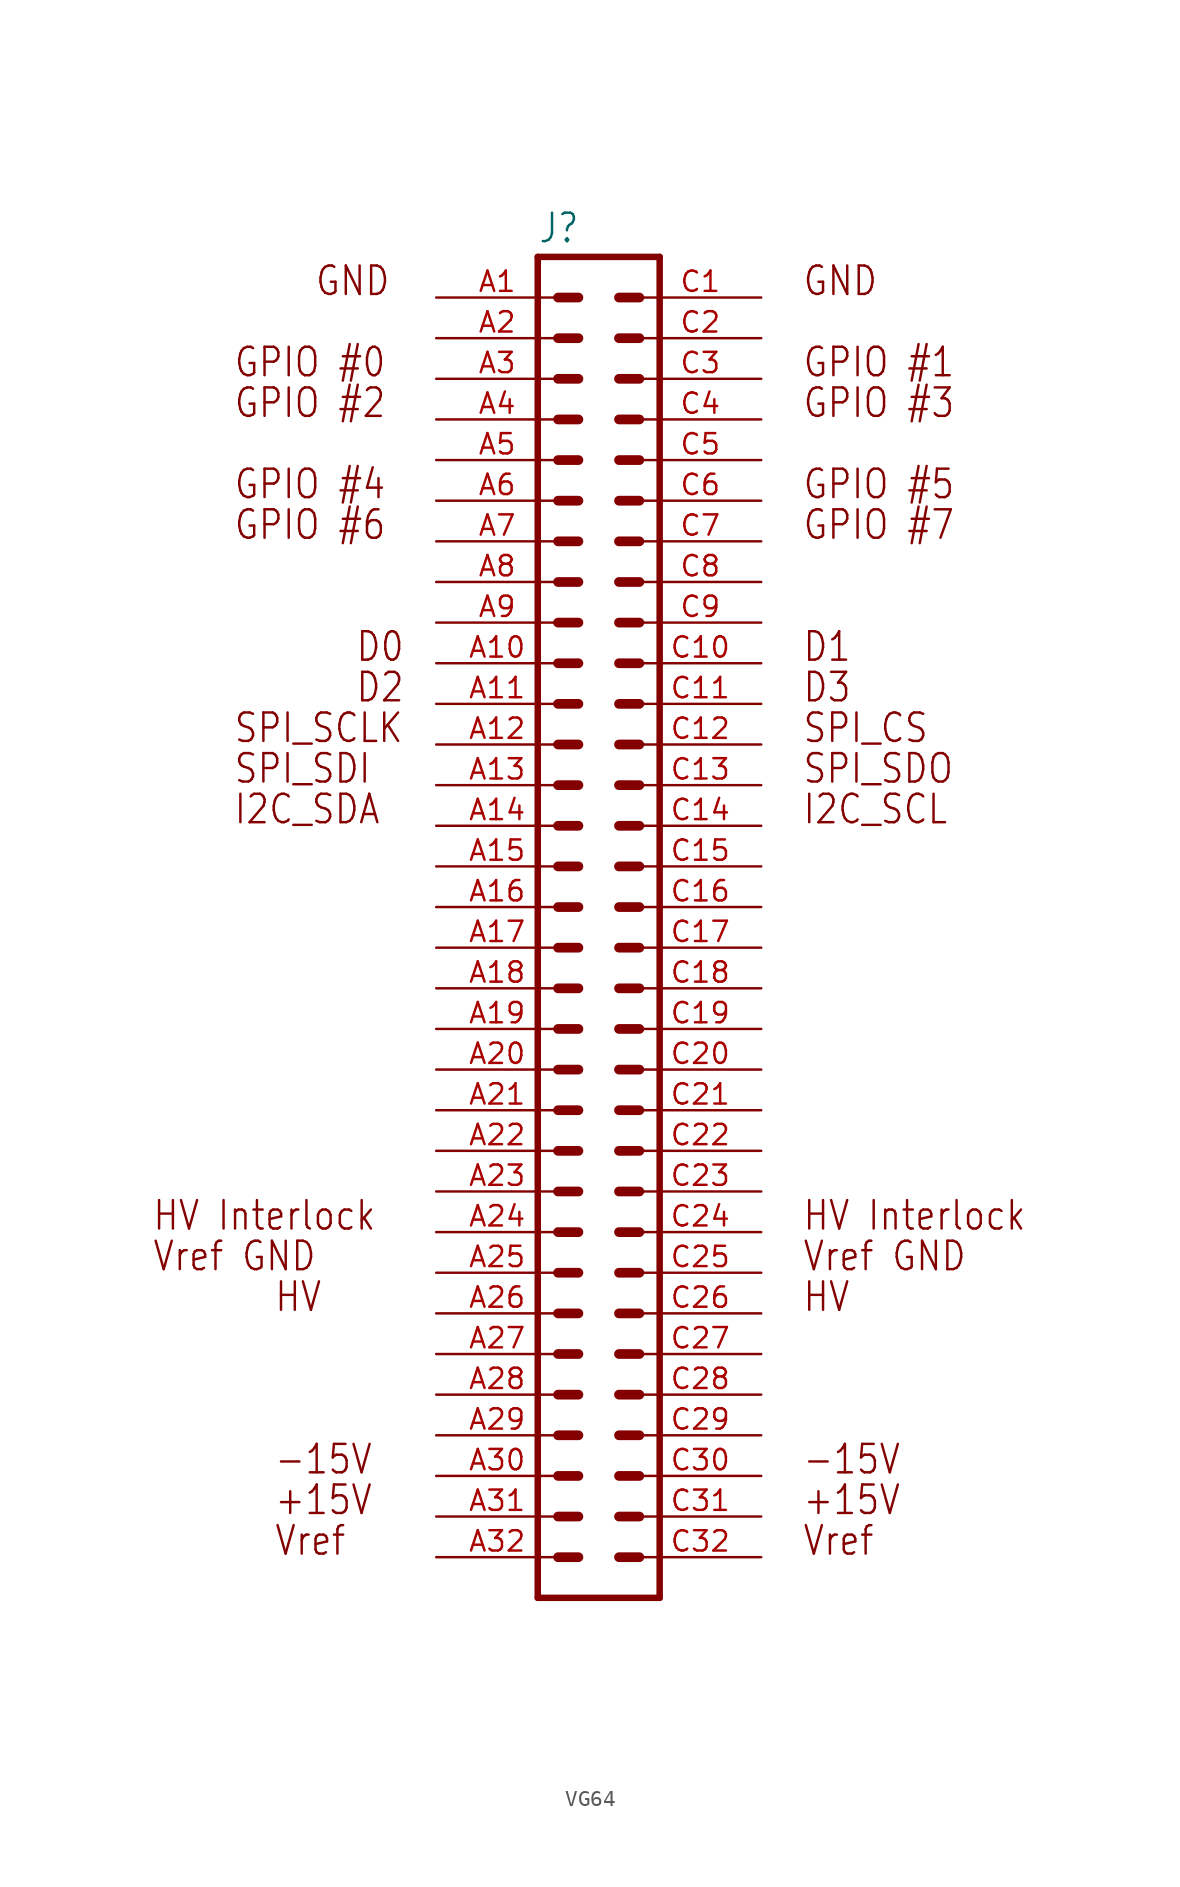
<source format=kicad_sym>
(kicad_symbol_lib
  (version 20231120)
  (generator "kicad_symbol_editor")
  (generator_version "8.0")
  (symbol "VG64"
    (property "Reference" "J"
      (at -3.81 41.402 0)
      (effects (font (size 1.778 1.511)) (justify left bottom)))
    (property "Value" ""
      (at -3.81 -45.72 0)
      (effects (font (size 1.778 1.511)) (justify left bottom)))
    (property "ki_locked" ""
      (at 0 0 0)
      (effects (font (size 1.27 1.27))))
    (symbol "VG64_1_0"
      (polyline (pts (xy -3.81 40.64) (xy -3.81 -43.18)) (stroke (width 0.406) (type solid)) (fill (type none)))
      (polyline (pts (xy -3.81 40.64) (xy 3.81 40.64)) (stroke (width 0.406) (type solid)) (fill (type none)))
      (polyline (pts (xy -2.54 -40.64) (xy -1.27 -40.64)) (stroke (width 0.61) (type solid)) (fill (type none)))
      (polyline (pts (xy -2.54 -38.1) (xy -1.27 -38.1)) (stroke (width 0.61) (type solid)) (fill (type none)))
      (polyline (pts (xy -2.54 -35.56) (xy -1.27 -35.56)) (stroke (width 0.61) (type solid)) (fill (type none)))
      (polyline (pts (xy -2.54 -33.02) (xy -1.27 -33.02)) (stroke (width 0.61) (type solid)) (fill (type none)))
      (polyline (pts (xy -2.54 -30.48) (xy -1.27 -30.48)) (stroke (width 0.61) (type solid)) (fill (type none)))
      (polyline (pts (xy -2.54 -27.94) (xy -1.27 -27.94)) (stroke (width 0.61) (type solid)) (fill (type none)))
      (polyline (pts (xy -2.54 -25.4) (xy -1.27 -25.4)) (stroke (width 0.61) (type solid)) (fill (type none)))
      (polyline (pts (xy -2.54 -22.86) (xy -1.27 -22.86)) (stroke (width 0.61) (type solid)) (fill (type none)))
      (polyline (pts (xy -2.54 -20.32) (xy -1.27 -20.32)) (stroke (width 0.61) (type solid)) (fill (type none)))
      (polyline (pts (xy -2.54 -17.78) (xy -1.27 -17.78)) (stroke (width 0.61) (type solid)) (fill (type none)))
      (polyline (pts (xy -2.54 -15.24) (xy -1.27 -15.24)) (stroke (width 0.61) (type solid)) (fill (type none)))
      (polyline (pts (xy -2.54 -12.7) (xy -1.27 -12.7)) (stroke (width 0.61) (type solid)) (fill (type none)))
      (polyline (pts (xy -2.54 -10.16) (xy -1.27 -10.16)) (stroke (width 0.61) (type solid)) (fill (type none)))
      (polyline (pts (xy -2.54 -7.62) (xy -1.27 -7.62)) (stroke (width 0.61) (type solid)) (fill (type none)))
      (polyline (pts (xy -2.54 -5.08) (xy -1.27 -5.08)) (stroke (width 0.61) (type solid)) (fill (type none)))
      (polyline (pts (xy -2.54 -2.54) (xy -1.27 -2.54)) (stroke (width 0.61) (type solid)) (fill (type none)))
      (polyline (pts (xy -2.54 0) (xy -1.27 0)) (stroke (width 0.61) (type solid)) (fill (type none)))
      (polyline (pts (xy -2.54 2.54) (xy -1.27 2.54)) (stroke (width 0.61) (type solid)) (fill (type none)))
      (polyline (pts (xy -2.54 5.08) (xy -1.27 5.08)) (stroke (width 0.61) (type solid)) (fill (type none)))
      (polyline (pts (xy -2.54 7.62) (xy -1.27 7.62)) (stroke (width 0.61) (type solid)) (fill (type none)))
      (polyline (pts (xy -2.54 10.16) (xy -1.27 10.16)) (stroke (width 0.61) (type solid)) (fill (type none)))
      (polyline (pts (xy -2.54 12.7) (xy -1.27 12.7)) (stroke (width 0.61) (type solid)) (fill (type none)))
      (polyline (pts (xy -2.54 15.24) (xy -1.27 15.24)) (stroke (width 0.61) (type solid)) (fill (type none)))
      (polyline (pts (xy -2.54 17.78) (xy -1.27 17.78)) (stroke (width 0.61) (type solid)) (fill (type none)))
      (polyline (pts (xy -2.54 20.32) (xy -1.27 20.32)) (stroke (width 0.61) (type solid)) (fill (type none)))
      (polyline (pts (xy -2.54 22.86) (xy -1.27 22.86)) (stroke (width 0.61) (type solid)) (fill (type none)))
      (polyline (pts (xy -2.54 25.4) (xy -1.27 25.4)) (stroke (width 0.61) (type solid)) (fill (type none)))
      (polyline (pts (xy -2.54 27.94) (xy -1.27 27.94)) (stroke (width 0.61) (type solid)) (fill (type none)))
      (polyline (pts (xy -2.54 30.48) (xy -1.27 30.48)) (stroke (width 0.61) (type solid)) (fill (type none)))
      (polyline (pts (xy -2.54 33.02) (xy -1.27 33.02)) (stroke (width 0.61) (type solid)) (fill (type none)))
      (polyline (pts (xy -2.54 35.56) (xy -1.27 35.56)) (stroke (width 0.61) (type solid)) (fill (type none)))
      (polyline (pts (xy -2.54 38.1) (xy -1.27 38.1)) (stroke (width 0.61) (type solid)) (fill (type none)))
      (polyline (pts (xy 1.27 -40.64) (xy 2.54 -40.64)) (stroke (width 0.61) (type solid)) (fill (type none)))
      (polyline (pts (xy 1.27 -38.1) (xy 2.54 -38.1)) (stroke (width 0.61) (type solid)) (fill (type none)))
      (polyline (pts (xy 1.27 -35.56) (xy 2.54 -35.56)) (stroke (width 0.61) (type solid)) (fill (type none)))
      (polyline (pts (xy 1.27 -33.02) (xy 2.54 -33.02)) (stroke (width 0.61) (type solid)) (fill (type none)))
      (polyline (pts (xy 1.27 -30.48) (xy 2.54 -30.48)) (stroke (width 0.61) (type solid)) (fill (type none)))
      (polyline (pts (xy 1.27 -27.94) (xy 2.54 -27.94)) (stroke (width 0.61) (type solid)) (fill (type none)))
      (polyline (pts (xy 1.27 -25.4) (xy 2.54 -25.4)) (stroke (width 0.61) (type solid)) (fill (type none)))
      (polyline (pts (xy 1.27 -22.86) (xy 2.54 -22.86)) (stroke (width 0.61) (type solid)) (fill (type none)))
      (polyline (pts (xy 1.27 -20.32) (xy 2.54 -20.32)) (stroke (width 0.61) (type solid)) (fill (type none)))
      (polyline (pts (xy 1.27 -17.78) (xy 2.54 -17.78)) (stroke (width 0.61) (type solid)) (fill (type none)))
      (polyline (pts (xy 1.27 -15.24) (xy 2.54 -15.24)) (stroke (width 0.61) (type solid)) (fill (type none)))
      (polyline (pts (xy 1.27 -12.7) (xy 2.54 -12.7)) (stroke (width 0.61) (type solid)) (fill (type none)))
      (polyline (pts (xy 1.27 -10.16) (xy 2.54 -10.16)) (stroke (width 0.61) (type solid)) (fill (type none)))
      (polyline (pts (xy 1.27 -7.62) (xy 2.54 -7.62)) (stroke (width 0.61) (type solid)) (fill (type none)))
      (polyline (pts (xy 1.27 -5.08) (xy 2.54 -5.08)) (stroke (width 0.61) (type solid)) (fill (type none)))
      (polyline (pts (xy 1.27 -2.54) (xy 2.54 -2.54)) (stroke (width 0.61) (type solid)) (fill (type none)))
      (polyline (pts (xy 1.27 0) (xy 2.54 0)) (stroke (width 0.61) (type solid)) (fill (type none)))
      (polyline (pts (xy 1.27 2.54) (xy 2.54 2.54)) (stroke (width 0.61) (type solid)) (fill (type none)))
      (polyline (pts (xy 1.27 5.08) (xy 2.54 5.08)) (stroke (width 0.61) (type solid)) (fill (type none)))
      (polyline (pts (xy 1.27 7.62) (xy 2.54 7.62)) (stroke (width 0.61) (type solid)) (fill (type none)))
      (polyline (pts (xy 1.27 10.16) (xy 2.54 10.16)) (stroke (width 0.61) (type solid)) (fill (type none)))
      (polyline (pts (xy 1.27 12.7) (xy 2.54 12.7)) (stroke (width 0.61) (type solid)) (fill (type none)))
      (polyline (pts (xy 1.27 15.24) (xy 2.54 15.24)) (stroke (width 0.61) (type solid)) (fill (type none)))
      (polyline (pts (xy 1.27 17.78) (xy 2.54 17.78)) (stroke (width 0.61) (type solid)) (fill (type none)))
      (polyline (pts (xy 1.27 20.32) (xy 2.54 20.32)) (stroke (width 0.61) (type solid)) (fill (type none)))
      (polyline (pts (xy 1.27 22.86) (xy 2.54 22.86)) (stroke (width 0.61) (type solid)) (fill (type none)))
      (polyline (pts (xy 1.27 25.4) (xy 2.54 25.4)) (stroke (width 0.61) (type solid)) (fill (type none)))
      (polyline (pts (xy 1.27 27.94) (xy 2.54 27.94)) (stroke (width 0.61) (type solid)) (fill (type none)))
      (polyline (pts (xy 1.27 30.48) (xy 2.54 30.48)) (stroke (width 0.61) (type solid)) (fill (type none)))
      (polyline (pts (xy 1.27 33.02) (xy 2.54 33.02)) (stroke (width 0.61) (type solid)) (fill (type none)))
      (polyline (pts (xy 1.27 35.56) (xy 2.54 35.56)) (stroke (width 0.61) (type solid)) (fill (type none)))
      (polyline (pts (xy 1.27 38.1) (xy 2.54 38.1)) (stroke (width 0.61) (type solid)) (fill (type none)))
      (polyline (pts (xy 3.81 -43.18) (xy -3.81 -43.18)) (stroke (width 0.406) (type solid)) (fill (type none)))
      (polyline (pts (xy 3.81 -43.18) (xy 3.81 40.64)) (stroke (width 0.406) (type solid)) (fill (type none)))
      (text "+15V" (at -20.32 -38.1 0) (effects (font (size 1.778 1.511)) (justify left bottom)))
      (text "+15V" (at 12.7 -38.1 0) (effects (font (size 1.778 1.511)) (justify left bottom)))
      (text "-15V" (at -20.32 -35.56 0) (effects (font (size 1.778 1.511)) (justify left bottom)))
      (text "-15V" (at 12.7 -35.56 0) (effects (font (size 1.778 1.511)) (justify left bottom)))
      (text "D0" (at -15.24 15.24 0) (effects (font (size 1.778 1.511)) (justify left bottom)))
      (text "D1" (at 12.7 15.24 0) (effects (font (size 1.778 1.511)) (justify left bottom)))
      (text "D2" (at -15.24 12.7 0) (effects (font (size 1.778 1.511)) (justify left bottom)))
      (text "D3" (at 12.7 12.7 0) (effects (font (size 1.778 1.511)) (justify left bottom)))
      (text "GND" (at -17.78 38.1 0) (effects (font (size 1.778 1.511)) (justify left bottom)))
      (text "GND" (at 12.7 38.1 0) (effects (font (size 1.778 1.511)) (justify left bottom)))
      (text "GPIO #0" (at -22.86 33.02 0) (effects (font (size 1.778 1.511)) (justify left bottom)))
      (text "GPIO #1" (at 12.7 33.02 0) (effects (font (size 1.778 1.511)) (justify left bottom)))
      (text "GPIO #2" (at -22.86 30.48 0) (effects (font (size 1.778 1.511)) (justify left bottom)))
      (text "GPIO #3" (at 12.7 30.48 0) (effects (font (size 1.778 1.511)) (justify left bottom)))
      (text "GPIO #4" (at -22.86 25.4 0) (effects (font (size 1.778 1.511)) (justify left bottom)))
      (text "GPIO #5" (at 12.7 25.4 0) (effects (font (size 1.778 1.511)) (justify left bottom)))
      (text "GPIO #6" (at -22.86 22.86 0) (effects (font (size 1.778 1.511)) (justify left bottom)))
      (text "GPIO #7" (at 12.7 22.86 0) (effects (font (size 1.778 1.511)) (justify left bottom)))
      (text "HV" (at -20.32 -25.4 0) (effects (font (size 1.778 1.511)) (justify left bottom)))
      (text "HV" (at 12.7 -25.4 0) (effects (font (size 1.778 1.511)) (justify left bottom)))
      (text "HV Interlock" (at -27.94 -20.32 0) (effects (font (size 1.778 1.511)) (justify left bottom)))
      (text "HV Interlock" (at 12.7 -20.32 0) (effects (font (size 1.778 1.511)) (justify left bottom)))
      (text "I2C_SCL" (at 12.7 5.08 0) (effects (font (size 1.778 1.511)) (justify left bottom)))
      (text "I2C_SDA" (at -22.86 5.08 0) (effects (font (size 1.778 1.511)) (justify left bottom)))
      (text "SPI_CS" (at 12.7 10.16 0) (effects (font (size 1.778 1.511)) (justify left bottom)))
      (text "SPI_SCLK" (at -22.86 10.16 0) (effects (font (size 1.778 1.511)) (justify left bottom)))
      (text "SPI_SDI" (at -22.86 7.62 0) (effects (font (size 1.778 1.511)) (justify left bottom)))
      (text "SPI_SDO" (at 12.7 7.62 0) (effects (font (size 1.778 1.511)) (justify left bottom)))
      (text "Vref" (at -20.32 -40.64 0) (effects (font (size 1.778 1.511)) (justify left bottom)))
      (text "Vref" (at 12.7 -40.64 0) (effects (font (size 1.778 1.511)) (justify left bottom)))
      (text "Vref GND" (at -27.94 -22.86 0) (effects (font (size 1.778 1.511)) (justify left bottom)))
      (text "Vref GND" (at 12.7 -22.86 0) (effects (font (size 1.778 1.511)) (justify left bottom)))
      (pin passive line (at -10.16 38.1 0) (length 7.62) (name "A1" (effects (font (size 0 0)))) (number "A1" (effects (font (size 1.27 1.27)))))
      (pin passive line (at -10.16 15.24 0) (length 7.62) (name "A10" (effects (font (size 0 0)))) (number "A10" (effects (font (size 1.27 1.27)))))
      (pin passive line (at -10.16 12.7 0) (length 7.62) (name "A11" (effects (font (size 0 0)))) (number "A11" (effects (font (size 1.27 1.27)))))
      (pin passive line (at -10.16 10.16 0) (length 7.62) (name "A12" (effects (font (size 0 0)))) (number "A12" (effects (font (size 1.27 1.27)))))
      (pin passive line (at -10.16 7.62 0) (length 7.62) (name "A13" (effects (font (size 0 0)))) (number "A13" (effects (font (size 1.27 1.27)))))
      (pin passive line (at -10.16 5.08 0) (length 7.62) (name "A14" (effects (font (size 0 0)))) (number "A14" (effects (font (size 1.27 1.27)))))
      (pin passive line (at -10.16 2.54 0) (length 7.62) (name "A15" (effects (font (size 0 0)))) (number "A15" (effects (font (size 1.27 1.27)))))
      (pin passive line (at -10.16 0 0) (length 7.62) (name "A16" (effects (font (size 0 0)))) (number "A16" (effects (font (size 1.27 1.27)))))
      (pin passive line (at -10.16 -2.54 0) (length 7.62) (name "A17" (effects (font (size 0 0)))) (number "A17" (effects (font (size 1.27 1.27)))))
      (pin passive line (at -10.16 -5.08 0) (length 7.62) (name "A18" (effects (font (size 0 0)))) (number "A18" (effects (font (size 1.27 1.27)))))
      (pin passive line (at -10.16 -7.62 0) (length 7.62) (name "A19" (effects (font (size 0 0)))) (number "A19" (effects (font (size 1.27 1.27)))))
      (pin passive line (at -10.16 35.56 0) (length 7.62) (name "A2" (effects (font (size 0 0)))) (number "A2" (effects (font (size 1.27 1.27)))))
      (pin passive line (at -10.16 -10.16 0) (length 7.62) (name "A20" (effects (font (size 0 0)))) (number "A20" (effects (font (size 1.27 1.27)))))
      (pin passive line (at -10.16 -12.7 0) (length 7.62) (name "A21" (effects (font (size 0 0)))) (number "A21" (effects (font (size 1.27 1.27)))))
      (pin passive line (at -10.16 -15.24 0) (length 7.62) (name "A22" (effects (font (size 0 0)))) (number "A22" (effects (font (size 1.27 1.27)))))
      (pin passive line (at -10.16 -17.78 0) (length 7.62) (name "A23" (effects (font (size 0 0)))) (number "A23" (effects (font (size 1.27 1.27)))))
      (pin passive line (at -10.16 -20.32 0) (length 7.62) (name "A24" (effects (font (size 0 0)))) (number "A24" (effects (font (size 1.27 1.27)))))
      (pin passive line (at -10.16 -22.86 0) (length 7.62) (name "A25" (effects (font (size 0 0)))) (number "A25" (effects (font (size 1.27 1.27)))))
      (pin passive line (at -10.16 -25.4 0) (length 7.62) (name "A26" (effects (font (size 0 0)))) (number "A26" (effects (font (size 1.27 1.27)))))
      (pin passive line (at -10.16 -27.94 0) (length 7.62) (name "A27" (effects (font (size 0 0)))) (number "A27" (effects (font (size 1.27 1.27)))))
      (pin passive line (at -10.16 -30.48 0) (length 7.62) (name "A28" (effects (font (size 0 0)))) (number "A28" (effects (font (size 1.27 1.27)))))
      (pin passive line (at -10.16 -33.02 0) (length 7.62) (name "A29" (effects (font (size 0 0)))) (number "A29" (effects (font (size 1.27 1.27)))))
      (pin passive line (at -10.16 33.02 0) (length 7.62) (name "A3" (effects (font (size 0 0)))) (number "A3" (effects (font (size 1.27 1.27)))))
      (pin passive line (at -10.16 -35.56 0) (length 7.62) (name "A30" (effects (font (size 0 0)))) (number "A30" (effects (font (size 1.27 1.27)))))
      (pin passive line (at -10.16 -38.1 0) (length 7.62) (name "A31" (effects (font (size 0 0)))) (number "A31" (effects (font (size 1.27 1.27)))))
      (pin passive line (at -10.16 -40.64 0) (length 7.62) (name "A32" (effects (font (size 0 0)))) (number "A32" (effects (font (size 1.27 1.27)))))
      (pin passive line (at -10.16 30.48 0) (length 7.62) (name "A4" (effects (font (size 0 0)))) (number "A4" (effects (font (size 1.27 1.27)))))
      (pin passive line (at -10.16 27.94 0) (length 7.62) (name "A5" (effects (font (size 0 0)))) (number "A5" (effects (font (size 1.27 1.27)))))
      (pin passive line (at -10.16 25.4 0) (length 7.62) (name "A6" (effects (font (size 0 0)))) (number "A6" (effects (font (size 1.27 1.27)))))
      (pin passive line (at -10.16 22.86 0) (length 7.62) (name "A7" (effects (font (size 0 0)))) (number "A7" (effects (font (size 1.27 1.27)))))
      (pin passive line (at -10.16 20.32 0) (length 7.62) (name "A8" (effects (font (size 0 0)))) (number "A8" (effects (font (size 1.27 1.27)))))
      (pin passive line (at -10.16 17.78 0) (length 7.62) (name "A9" (effects (font (size 0 0)))) (number "A9" (effects (font (size 1.27 1.27)))))
      (pin passive line (at 10.16 38.1 180) (length 7.62) (name "C1" (effects (font (size 0 0)))) (number "C1" (effects (font (size 1.27 1.27)))))
      (pin passive line (at 10.16 15.24 180) (length 7.62) (name "C10" (effects (font (size 0 0)))) (number "C10" (effects (font (size 1.27 1.27)))))
      (pin passive line (at 10.16 12.7 180) (length 7.62) (name "C11" (effects (font (size 0 0)))) (number "C11" (effects (font (size 1.27 1.27)))))
      (pin passive line (at 10.16 10.16 180) (length 7.62) (name "C12" (effects (font (size 0 0)))) (number "C12" (effects (font (size 1.27 1.27)))))
      (pin passive line (at 10.16 7.62 180) (length 7.62) (name "C13" (effects (font (size 0 0)))) (number "C13" (effects (font (size 1.27 1.27)))))
      (pin passive line (at 10.16 5.08 180) (length 7.62) (name "C14" (effects (font (size 0 0)))) (number "C14" (effects (font (size 1.27 1.27)))))
      (pin passive line (at 10.16 2.54 180) (length 7.62) (name "C15" (effects (font (size 0 0)))) (number "C15" (effects (font (size 1.27 1.27)))))
      (pin passive line (at 10.16 0 180) (length 7.62) (name "C16" (effects (font (size 0 0)))) (number "C16" (effects (font (size 1.27 1.27)))))
      (pin passive line (at 10.16 -2.54 180) (length 7.62) (name "C17" (effects (font (size 0 0)))) (number "C17" (effects (font (size 1.27 1.27)))))
      (pin passive line (at 10.16 -5.08 180) (length 7.62) (name "C18" (effects (font (size 0 0)))) (number "C18" (effects (font (size 1.27 1.27)))))
      (pin passive line (at 10.16 -7.62 180) (length 7.62) (name "C19" (effects (font (size 0 0)))) (number "C19" (effects (font (size 1.27 1.27)))))
      (pin passive line (at 10.16 35.56 180) (length 7.62) (name "C2" (effects (font (size 0 0)))) (number "C2" (effects (font (size 1.27 1.27)))))
      (pin passive line (at 10.16 -10.16 180) (length 7.62) (name "C20" (effects (font (size 0 0)))) (number "C20" (effects (font (size 1.27 1.27)))))
      (pin passive line (at 10.16 -12.7 180) (length 7.62) (name "C21" (effects (font (size 0 0)))) (number "C21" (effects (font (size 1.27 1.27)))))
      (pin passive line (at 10.16 -15.24 180) (length 7.62) (name "C22" (effects (font (size 0 0)))) (number "C22" (effects (font (size 1.27 1.27)))))
      (pin passive line (at 10.16 -17.78 180) (length 7.62) (name "C23" (effects (font (size 0 0)))) (number "C23" (effects (font (size 1.27 1.27)))))
      (pin passive line (at 10.16 -20.32 180) (length 7.62) (name "C24" (effects (font (size 0 0)))) (number "C24" (effects (font (size 1.27 1.27)))))
      (pin passive line (at 10.16 -22.86 180) (length 7.62) (name "C25" (effects (font (size 0 0)))) (number "C25" (effects (font (size 1.27 1.27)))))
      (pin passive line (at 10.16 -25.4 180) (length 7.62) (name "C26" (effects (font (size 0 0)))) (number "C26" (effects (font (size 1.27 1.27)))))
      (pin passive line (at 10.16 -27.94 180) (length 7.62) (name "C27" (effects (font (size 0 0)))) (number "C27" (effects (font (size 1.27 1.27)))))
      (pin passive line (at 10.16 -30.48 180) (length 7.62) (name "C28" (effects (font (size 0 0)))) (number "C28" (effects (font (size 1.27 1.27)))))
      (pin passive line (at 10.16 -33.02 180) (length 7.62) (name "C29" (effects (font (size 0 0)))) (number "C29" (effects (font (size 1.27 1.27)))))
      (pin passive line (at 10.16 33.02 180) (length 7.62) (name "C3" (effects (font (size 0 0)))) (number "C3" (effects (font (size 1.27 1.27)))))
      (pin passive line (at 10.16 -35.56 180) (length 7.62) (name "C30" (effects (font (size 0 0)))) (number "C30" (effects (font (size 1.27 1.27)))))
      (pin passive line (at 10.16 -38.1 180) (length 7.62) (name "C31" (effects (font (size 0 0)))) (number "C31" (effects (font (size 1.27 1.27)))))
      (pin passive line (at 10.16 -40.64 180) (length 7.62) (name "C32" (effects (font (size 0 0)))) (number "C32" (effects (font (size 1.27 1.27)))))
      (pin passive line (at 10.16 30.48 180) (length 7.62) (name "C4" (effects (font (size 0 0)))) (number "C4" (effects (font (size 1.27 1.27)))))
      (pin passive line (at 10.16 27.94 180) (length 7.62) (name "C5" (effects (font (size 0 0)))) (number "C5" (effects (font (size 1.27 1.27)))))
      (pin passive line (at 10.16 25.4 180) (length 7.62) (name "C6" (effects (font (size 0 0)))) (number "C6" (effects (font (size 1.27 1.27)))))
      (pin passive line (at 10.16 22.86 180) (length 7.62) (name "C7" (effects (font (size 0 0)))) (number "C7" (effects (font (size 1.27 1.27)))))
      (pin passive line (at 10.16 20.32 180) (length 7.62) (name "C8" (effects (font (size 0 0)))) (number "C8" (effects (font (size 1.27 1.27)))))
      (pin passive line (at 10.16 17.78 180) (length 7.62) (name "C9" (effects (font (size 0 0)))) (number "C9" (effects (font (size 1.27 1.27))))))))
</source>
